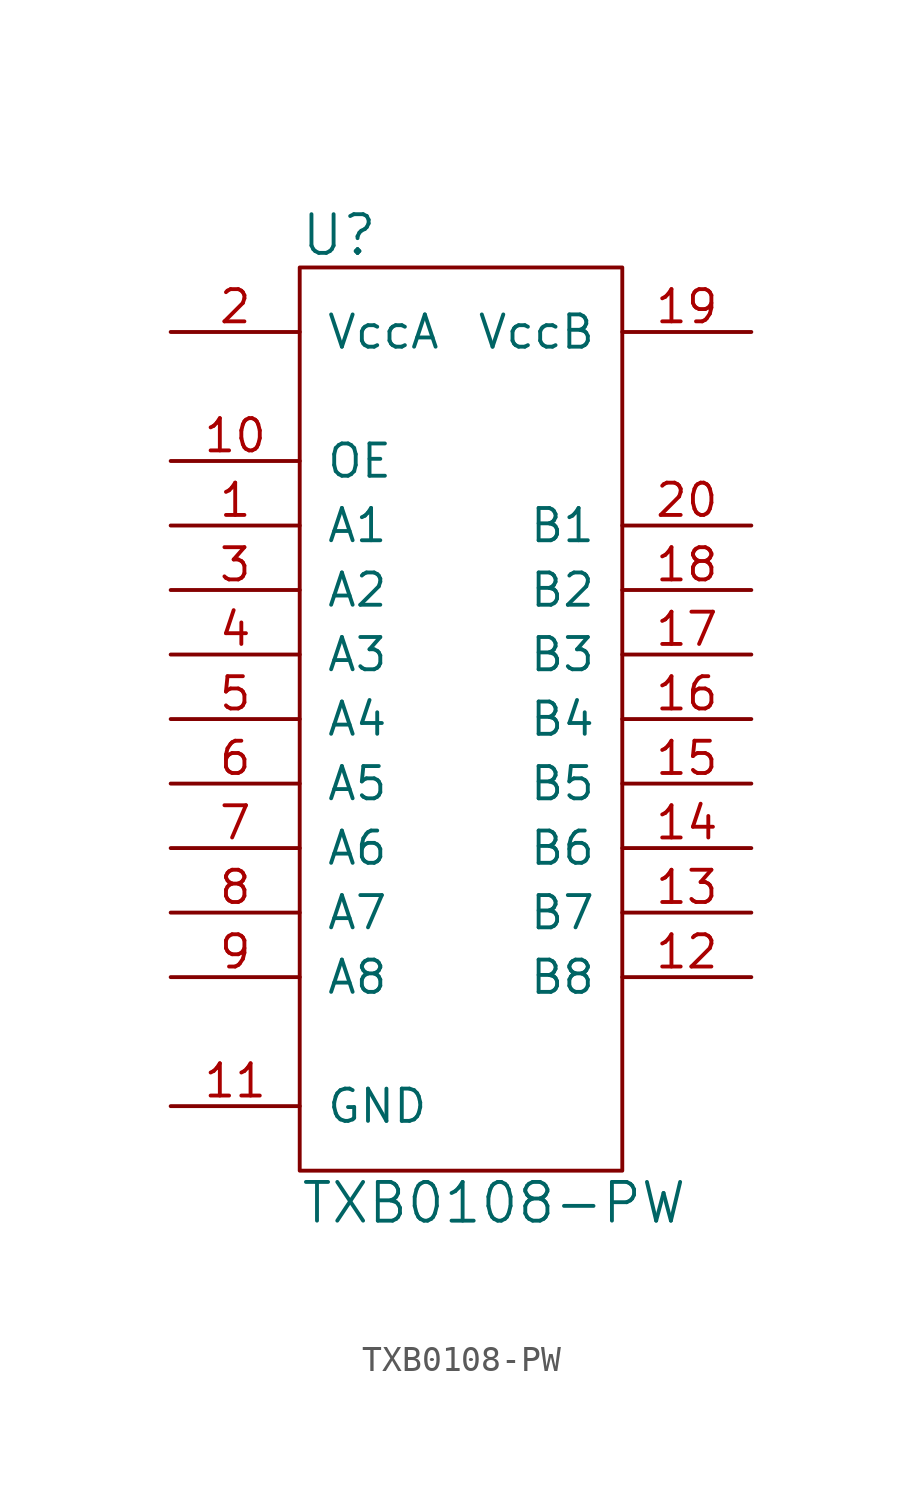
<source format=kicad_sym>
(kicad_symbol_lib
  (version 20211014)
  (generator kicad_symbol_editor)
  (symbol "TXB0108-PW"
    (pin_names
      (offset 1.016))
    (property "Reference" "U"
      (at -5.08 19.05 0)
      (effects (font (size 1.524 1.524)) (justify left)))
    (property "Value" "TXB0108-PW"
      (at -5.08 -19.05 0)
      (effects (font (size 1.524 1.524)) (justify left)))
    (property "Footprint" ""
      (at -5.08 -1.27 0)
      (effects (font (size 1.524 1.524))))
    (property "Datasheet" ""
      (at -5.08 -1.27 0)
      (effects (font (size 1.524 1.524))))
    (symbol "TXB0108-PW_0_1"
      (rectangle (start -5.08 17.78) (end 7.62 -17.78) (stroke (width 0) (type default) (color 0 0 0 0)) (fill (type none))))
    (symbol "TXB0108-PW_1_1"
      (pin bidirectional line (at -10.16 7.62 0) (length 5.08) (name "A1" (effects (font (size 1.27 1.27)))) (number "1" (effects (font (size 1.27 1.27)))))
      (pin input line (at -10.16 10.16 0) (length 5.08) (name "OE" (effects (font (size 1.27 1.27)))) (number "10" (effects (font (size 1.27 1.27)))))
      (pin power_in line (at -10.16 -15.24 0) (length 5.08) (name "GND" (effects (font (size 1.27 1.27)))) (number "11" (effects (font (size 1.27 1.27)))))
      (pin bidirectional line (at 12.7 -10.16 180) (length 5.08) (name "B8" (effects (font (size 1.27 1.27)))) (number "12" (effects (font (size 1.27 1.27)))))
      (pin bidirectional line (at 12.7 -7.62 180) (length 5.08) (name "B7" (effects (font (size 1.27 1.27)))) (number "13" (effects (font (size 1.27 1.27)))))
      (pin bidirectional line (at 12.7 -5.08 180) (length 5.08) (name "B6" (effects (font (size 1.27 1.27)))) (number "14" (effects (font (size 1.27 1.27)))))
      (pin bidirectional line (at 12.7 -2.54 180) (length 5.08) (name "B5" (effects (font (size 1.27 1.27)))) (number "15" (effects (font (size 1.27 1.27)))))
      (pin bidirectional line (at 12.7 0 180) (length 5.08) (name "B4" (effects (font (size 1.27 1.27)))) (number "16" (effects (font (size 1.27 1.27)))))
      (pin bidirectional line (at 12.7 2.54 180) (length 5.08) (name "B3" (effects (font (size 1.27 1.27)))) (number "17" (effects (font (size 1.27 1.27)))))
      (pin bidirectional line (at 12.7 5.08 180) (length 5.08) (name "B2" (effects (font (size 1.27 1.27)))) (number "18" (effects (font (size 1.27 1.27)))))
      (pin power_in line (at 12.7 15.24 180) (length 5.08) (name "VccB" (effects (font (size 1.27 1.27)))) (number "19" (effects (font (size 1.27 1.27)))))
      (pin power_in line (at -10.16 15.24 0) (length 5.08) (name "VccA" (effects (font (size 1.27 1.27)))) (number "2" (effects (font (size 1.27 1.27)))))
      (pin bidirectional line (at 12.7 7.62 180) (length 5.08) (name "B1" (effects (font (size 1.27 1.27)))) (number "20" (effects (font (size 1.27 1.27)))))
      (pin bidirectional line (at -10.16 5.08 0) (length 5.08) (name "A2" (effects (font (size 1.27 1.27)))) (number "3" (effects (font (size 1.27 1.27)))))
      (pin bidirectional line (at -10.16 2.54 0) (length 5.08) (name "A3" (effects (font (size 1.27 1.27)))) (number "4" (effects (font (size 1.27 1.27)))))
      (pin bidirectional line (at -10.16 0 0) (length 5.08) (name "A4" (effects (font (size 1.27 1.27)))) (number "5" (effects (font (size 1.27 1.27)))))
      (pin bidirectional line (at -10.16 -2.54 0) (length 5.08) (name "A5" (effects (font (size 1.27 1.27)))) (number "6" (effects (font (size 1.27 1.27)))))
      (pin bidirectional line (at -10.16 -5.08 0) (length 5.08) (name "A6" (effects (font (size 1.27 1.27)))) (number "7" (effects (font (size 1.27 1.27)))))
      (pin bidirectional line (at -10.16 -7.62 0) (length 5.08) (name "A7" (effects (font (size 1.27 1.27)))) (number "8" (effects (font (size 1.27 1.27)))))
      (pin bidirectional line (at -10.16 -10.16 0) (length 5.08) (name "A8" (effects (font (size 1.27 1.27)))) (number "9" (effects (font (size 1.27 1.27))))))))
</source>
